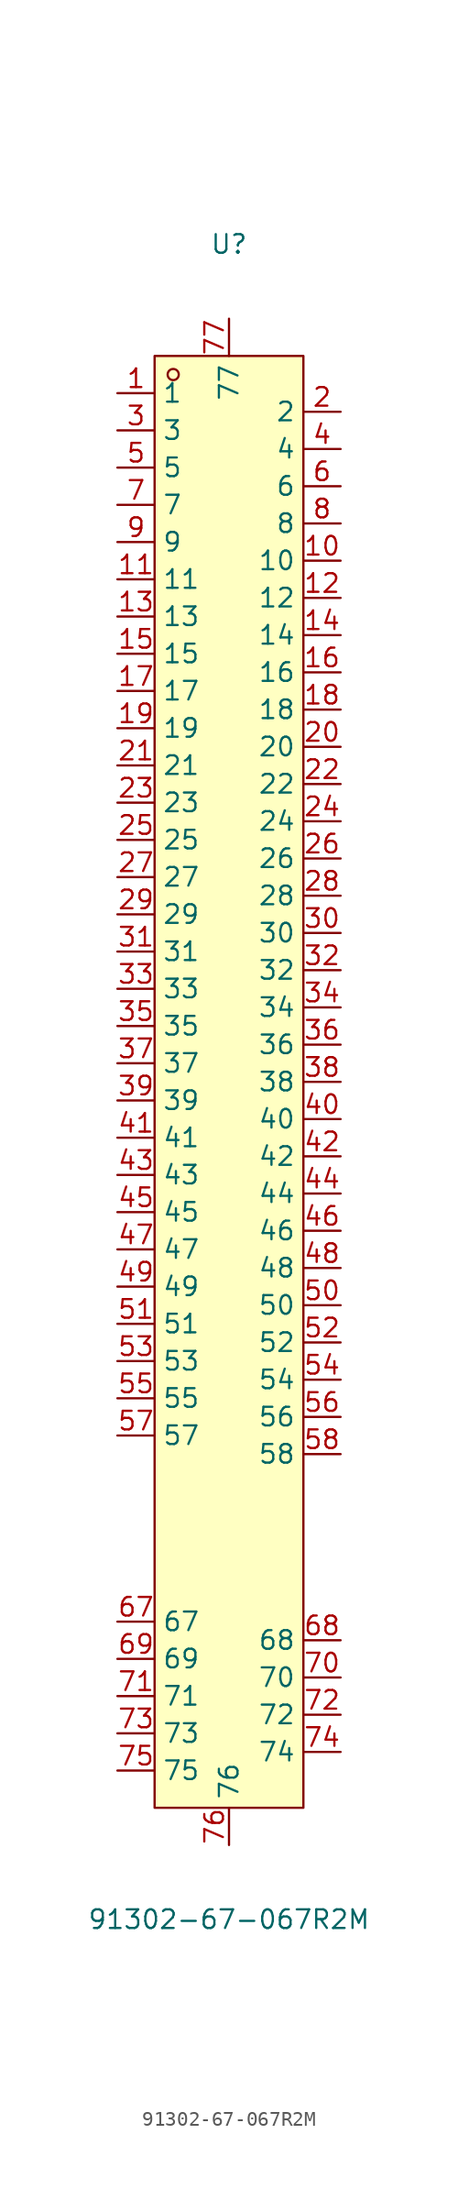
<source format=kicad_sym>
(kicad_symbol_lib
  (version 20211014)
  (generator https://github.com/uPesy/easyeda2kicad.py)
  (symbol "91302-67-067R2M"
    (property "Reference" "U"
      (at 0 57.15 0)
      (effects (font (size 1.27 1.27))))
    (property "Value" "91302-67-067R2M"
      (at 0 -57.15 0)
      (effects (font (size 1.27 1.27))))
    (symbol "91302-67-067R2M_0_1"
      (rectangle (start -5.08 49.53) (end 5.08 -49.53) (stroke (width 0) (type default) (color 0 0 0 0)) (fill (type background)))
      (circle (center -3.81 48.26) (radius 0.38) (stroke (width 0) (type default) (color 0 0 0 0)) (fill (type none)))
      (pin unspecified line (at -7.62 46.99 0) (length 2.54) (name "1" (effects (font (size 1.27 1.27)))) (number "1" (effects (font (size 1.27 1.27)))))
      (pin unspecified line (at 7.62 -45.72 180) (length 2.54) (name "74" (effects (font (size 1.27 1.27)))) (number "74" (effects (font (size 1.27 1.27)))))
      (pin unspecified line (at -7.62 44.45 0) (length 2.54) (name "3" (effects (font (size 1.27 1.27)))) (number "3" (effects (font (size 1.27 1.27)))))
      (pin unspecified line (at 7.62 -43.18 180) (length 2.54) (name "72" (effects (font (size 1.27 1.27)))) (number "72" (effects (font (size 1.27 1.27)))))
      (pin unspecified line (at -7.62 41.91 0) (length 2.54) (name "5" (effects (font (size 1.27 1.27)))) (number "5" (effects (font (size 1.27 1.27)))))
      (pin unspecified line (at 7.62 -40.64 180) (length 2.54) (name "70" (effects (font (size 1.27 1.27)))) (number "70" (effects (font (size 1.27 1.27)))))
      (pin unspecified line (at -7.62 39.37 0) (length 2.54) (name "7" (effects (font (size 1.27 1.27)))) (number "7" (effects (font (size 1.27 1.27)))))
      (pin unspecified line (at 7.62 -38.10 180) (length 2.54) (name "68" (effects (font (size 1.27 1.27)))) (number "68" (effects (font (size 1.27 1.27)))))
      (pin unspecified line (at -7.62 36.83 0) (length 2.54) (name "9" (effects (font (size 1.27 1.27)))) (number "9" (effects (font (size 1.27 1.27)))))
      (pin unspecified line (at -7.62 34.29 0) (length 2.54) (name "11" (effects (font (size 1.27 1.27)))) (number "11" (effects (font (size 1.27 1.27)))))
      (pin unspecified line (at -7.62 31.75 0) (length 2.54) (name "13" (effects (font (size 1.27 1.27)))) (number "13" (effects (font (size 1.27 1.27)))))
      (pin unspecified line (at -7.62 29.21 0) (length 2.54) (name "15" (effects (font (size 1.27 1.27)))) (number "15" (effects (font (size 1.27 1.27)))))
      (pin unspecified line (at -7.62 26.67 0) (length 2.54) (name "17" (effects (font (size 1.27 1.27)))) (number "17" (effects (font (size 1.27 1.27)))))
      (pin unspecified line (at 7.62 -25.40 180) (length 2.54) (name "58" (effects (font (size 1.27 1.27)))) (number "58" (effects (font (size 1.27 1.27)))))
      (pin unspecified line (at -7.62 24.13 0) (length 2.54) (name "19" (effects (font (size 1.27 1.27)))) (number "19" (effects (font (size 1.27 1.27)))))
      (pin unspecified line (at 7.62 -22.86 180) (length 2.54) (name "56" (effects (font (size 1.27 1.27)))) (number "56" (effects (font (size 1.27 1.27)))))
      (pin unspecified line (at -7.62 21.59 0) (length 2.54) (name "21" (effects (font (size 1.27 1.27)))) (number "21" (effects (font (size 1.27 1.27)))))
      (pin unspecified line (at 7.62 -20.32 180) (length 2.54) (name "54" (effects (font (size 1.27 1.27)))) (number "54" (effects (font (size 1.27 1.27)))))
      (pin unspecified line (at -7.62 19.05 0) (length 2.54) (name "23" (effects (font (size 1.27 1.27)))) (number "23" (effects (font (size 1.27 1.27)))))
      (pin unspecified line (at 7.62 -17.78 180) (length 2.54) (name "52" (effects (font (size 1.27 1.27)))) (number "52" (effects (font (size 1.27 1.27)))))
      (pin unspecified line (at -7.62 16.51 0) (length 2.54) (name "25" (effects (font (size 1.27 1.27)))) (number "25" (effects (font (size 1.27 1.27)))))
      (pin unspecified line (at 7.62 -15.24 180) (length 2.54) (name "50" (effects (font (size 1.27 1.27)))) (number "50" (effects (font (size 1.27 1.27)))))
      (pin unspecified line (at -7.62 13.97 0) (length 2.54) (name "27" (effects (font (size 1.27 1.27)))) (number "27" (effects (font (size 1.27 1.27)))))
      (pin unspecified line (at 7.62 -12.70 180) (length 2.54) (name "48" (effects (font (size 1.27 1.27)))) (number "48" (effects (font (size 1.27 1.27)))))
      (pin unspecified line (at -7.62 11.43 0) (length 2.54) (name "29" (effects (font (size 1.27 1.27)))) (number "29" (effects (font (size 1.27 1.27)))))
      (pin unspecified line (at 7.62 -10.16 180) (length 2.54) (name "46" (effects (font (size 1.27 1.27)))) (number "46" (effects (font (size 1.27 1.27)))))
      (pin unspecified line (at -7.62 8.89 0) (length 2.54) (name "31" (effects (font (size 1.27 1.27)))) (number "31" (effects (font (size 1.27 1.27)))))
      (pin unspecified line (at 7.62 -7.62 180) (length 2.54) (name "44" (effects (font (size 1.27 1.27)))) (number "44" (effects (font (size 1.27 1.27)))))
      (pin unspecified line (at -7.62 6.35 0) (length 2.54) (name "33" (effects (font (size 1.27 1.27)))) (number "33" (effects (font (size 1.27 1.27)))))
      (pin unspecified line (at 7.62 -5.08 180) (length 2.54) (name "42" (effects (font (size 1.27 1.27)))) (number "42" (effects (font (size 1.27 1.27)))))
      (pin unspecified line (at -7.62 3.81 0) (length 2.54) (name "35" (effects (font (size 1.27 1.27)))) (number "35" (effects (font (size 1.27 1.27)))))
      (pin unspecified line (at 7.62 -2.54 180) (length 2.54) (name "40" (effects (font (size 1.27 1.27)))) (number "40" (effects (font (size 1.27 1.27)))))
      (pin unspecified line (at -7.62 1.27 0) (length 2.54) (name "37" (effects (font (size 1.27 1.27)))) (number "37" (effects (font (size 1.27 1.27)))))
      (pin unspecified line (at 7.62 -0.00 180) (length 2.54) (name "38" (effects (font (size 1.27 1.27)))) (number "38" (effects (font (size 1.27 1.27)))))
      (pin unspecified line (at -7.62 -1.27 0) (length 2.54) (name "39" (effects (font (size 1.27 1.27)))) (number "39" (effects (font (size 1.27 1.27)))))
      (pin unspecified line (at 7.62 2.54 180) (length 2.54) (name "36" (effects (font (size 1.27 1.27)))) (number "36" (effects (font (size 1.27 1.27)))))
      (pin unspecified line (at -7.62 -3.81 0) (length 2.54) (name "41" (effects (font (size 1.27 1.27)))) (number "41" (effects (font (size 1.27 1.27)))))
      (pin unspecified line (at 7.62 5.08 180) (length 2.54) (name "34" (effects (font (size 1.27 1.27)))) (number "34" (effects (font (size 1.27 1.27)))))
      (pin unspecified line (at -7.62 -6.35 0) (length 2.54) (name "43" (effects (font (size 1.27 1.27)))) (number "43" (effects (font (size 1.27 1.27)))))
      (pin unspecified line (at 7.62 7.62 180) (length 2.54) (name "32" (effects (font (size 1.27 1.27)))) (number "32" (effects (font (size 1.27 1.27)))))
      (pin unspecified line (at -7.62 -8.89 0) (length 2.54) (name "45" (effects (font (size 1.27 1.27)))) (number "45" (effects (font (size 1.27 1.27)))))
      (pin unspecified line (at 7.62 10.16 180) (length 2.54) (name "30" (effects (font (size 1.27 1.27)))) (number "30" (effects (font (size 1.27 1.27)))))
      (pin unspecified line (at -7.62 -11.43 0) (length 2.54) (name "47" (effects (font (size 1.27 1.27)))) (number "47" (effects (font (size 1.27 1.27)))))
      (pin unspecified line (at 7.62 12.70 180) (length 2.54) (name "28" (effects (font (size 1.27 1.27)))) (number "28" (effects (font (size 1.27 1.27)))))
      (pin unspecified line (at -7.62 -13.97 0) (length 2.54) (name "49" (effects (font (size 1.27 1.27)))) (number "49" (effects (font (size 1.27 1.27)))))
      (pin unspecified line (at 7.62 15.24 180) (length 2.54) (name "26" (effects (font (size 1.27 1.27)))) (number "26" (effects (font (size 1.27 1.27)))))
      (pin unspecified line (at -7.62 -16.51 0) (length 2.54) (name "51" (effects (font (size 1.27 1.27)))) (number "51" (effects (font (size 1.27 1.27)))))
      (pin unspecified line (at 7.62 17.78 180) (length 2.54) (name "24" (effects (font (size 1.27 1.27)))) (number "24" (effects (font (size 1.27 1.27)))))
      (pin unspecified line (at -7.62 -19.05 0) (length 2.54) (name "53" (effects (font (size 1.27 1.27)))) (number "53" (effects (font (size 1.27 1.27)))))
      (pin unspecified line (at 7.62 20.32 180) (length 2.54) (name "22" (effects (font (size 1.27 1.27)))) (number "22" (effects (font (size 1.27 1.27)))))
      (pin unspecified line (at -7.62 -21.59 0) (length 2.54) (name "55" (effects (font (size 1.27 1.27)))) (number "55" (effects (font (size 1.27 1.27)))))
      (pin unspecified line (at 7.62 22.86 180) (length 2.54) (name "20" (effects (font (size 1.27 1.27)))) (number "20" (effects (font (size 1.27 1.27)))))
      (pin unspecified line (at -7.62 -24.13 0) (length 2.54) (name "57" (effects (font (size 1.27 1.27)))) (number "57" (effects (font (size 1.27 1.27)))))
      (pin unspecified line (at 7.62 25.40 180) (length 2.54) (name "18" (effects (font (size 1.27 1.27)))) (number "18" (effects (font (size 1.27 1.27)))))
      (pin unspecified line (at 7.62 27.94 180) (length 2.54) (name "16" (effects (font (size 1.27 1.27)))) (number "16" (effects (font (size 1.27 1.27)))))
      (pin unspecified line (at 7.62 30.48 180) (length 2.54) (name "14" (effects (font (size 1.27 1.27)))) (number "14" (effects (font (size 1.27 1.27)))))
      (pin unspecified line (at 7.62 33.02 180) (length 2.54) (name "12" (effects (font (size 1.27 1.27)))) (number "12" (effects (font (size 1.27 1.27)))))
      (pin unspecified line (at 7.62 35.56 180) (length 2.54) (name "10" (effects (font (size 1.27 1.27)))) (number "10" (effects (font (size 1.27 1.27)))))
      (pin unspecified line (at -7.62 -36.83 0) (length 2.54) (name "67" (effects (font (size 1.27 1.27)))) (number "67" (effects (font (size 1.27 1.27)))))
      (pin unspecified line (at 7.62 38.10 180) (length 2.54) (name "8" (effects (font (size 1.27 1.27)))) (number "8" (effects (font (size 1.27 1.27)))))
      (pin unspecified line (at -7.62 -39.37 0) (length 2.54) (name "69" (effects (font (size 1.27 1.27)))) (number "69" (effects (font (size 1.27 1.27)))))
      (pin unspecified line (at 7.62 40.64 180) (length 2.54) (name "6" (effects (font (size 1.27 1.27)))) (number "6" (effects (font (size 1.27 1.27)))))
      (pin unspecified line (at -7.62 -41.91 0) (length 2.54) (name "71" (effects (font (size 1.27 1.27)))) (number "71" (effects (font (size 1.27 1.27)))))
      (pin unspecified line (at 7.62 43.18 180) (length 2.54) (name "4" (effects (font (size 1.27 1.27)))) (number "4" (effects (font (size 1.27 1.27)))))
      (pin unspecified line (at -7.62 -44.45 0) (length 2.54) (name "73" (effects (font (size 1.27 1.27)))) (number "73" (effects (font (size 1.27 1.27)))))
      (pin unspecified line (at 7.62 45.72 180) (length 2.54) (name "2" (effects (font (size 1.27 1.27)))) (number "2" (effects (font (size 1.27 1.27)))))
      (pin unspecified line (at -7.62 -46.99 0) (length 2.54) (name "75" (effects (font (size 1.27 1.27)))) (number "75" (effects (font (size 1.27 1.27)))))
      (pin unspecified line (at 0.00 -52.07 90) (length 2.54) (name "76" (effects (font (size 1.27 1.27)))) (number "76" (effects (font (size 1.27 1.27)))))
      (pin unspecified line (at 0.00 52.07 270) (length 2.54) (name "77" (effects (font (size 1.27 1.27)))) (number "77" (effects (font (size 1.27 1.27))))))))
</source>
